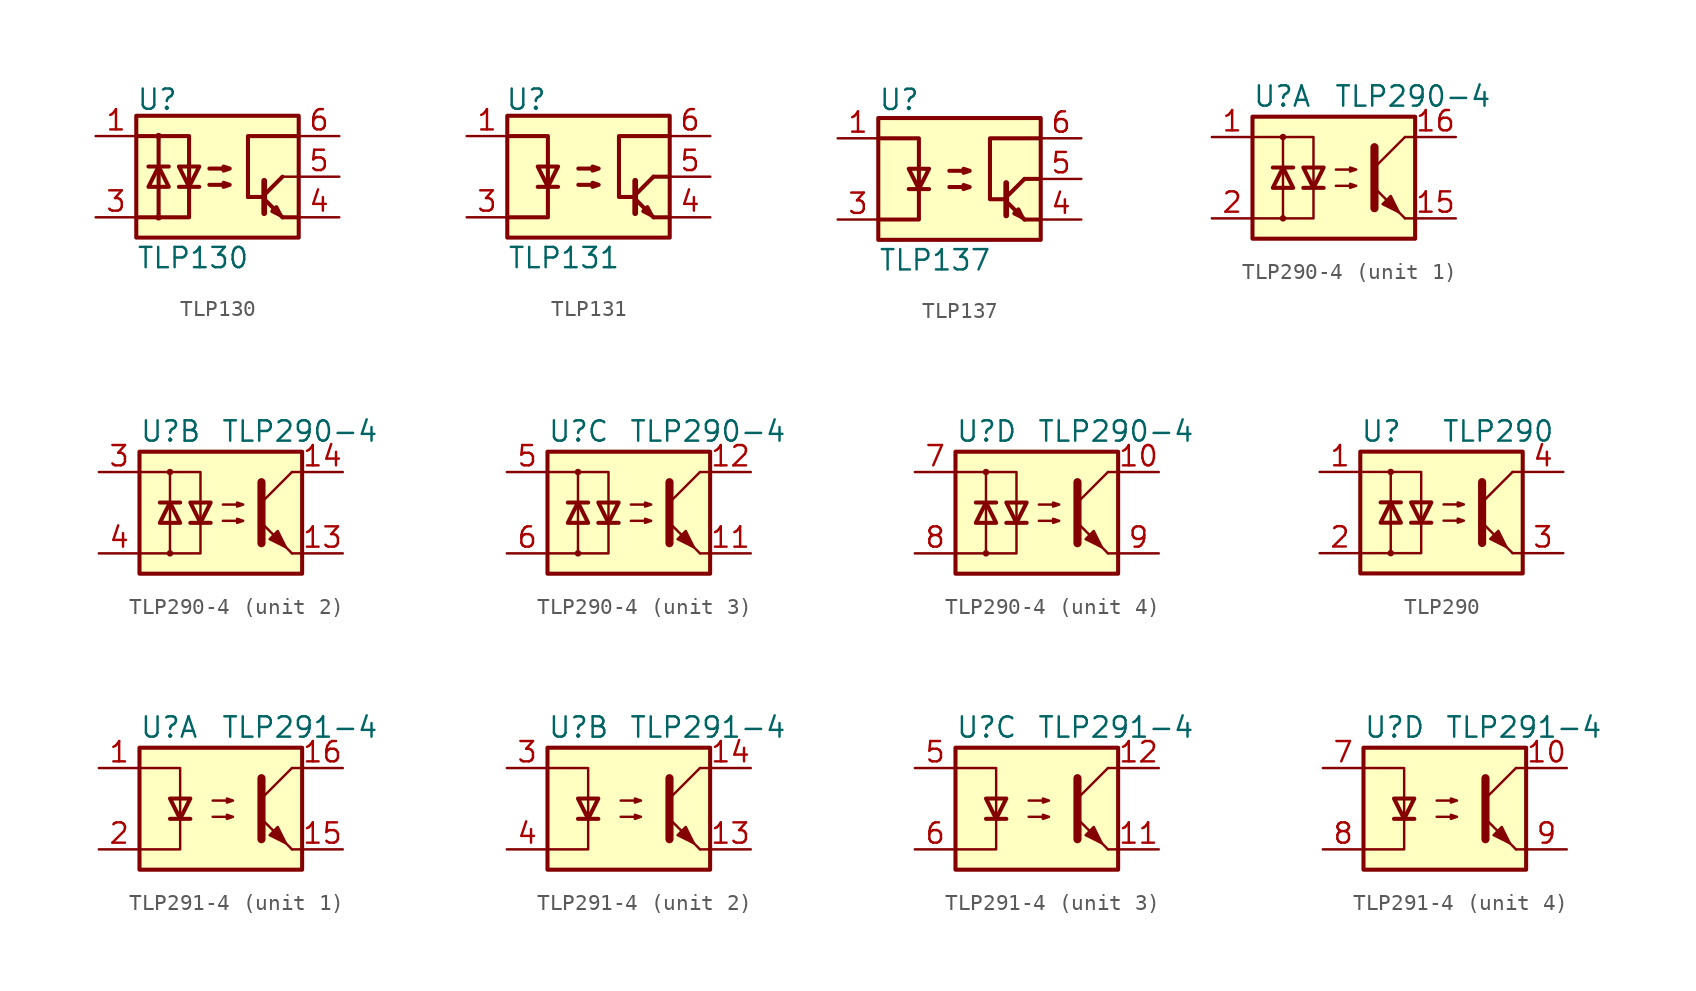
<source format=kicad_sym>
(kicad_symbol_lib
  (version 20201005)
  (generator kicad_symbol_editor)
  (symbol "Isolator_Optocoupler:TLP130"
    (property "Reference" "U"
      (at -5.08 4.826 0)
      (effects (font (size 1.27 1.27)) (justify left)))
    (property "Value" "TLP130"
      (at -5.08 -5.08 0)
      (effects (font (size 1.27 1.27)) (justify left)))
    (symbol "TLP130_0_1"
      (circle (center -3.683 -2.54) (radius 0.127) (stroke (width 0)) (fill (type none)))
      (circle (center -3.683 2.54) (radius 0.127) (stroke (width 0)) (fill (type none)))
      (rectangle (start -5.08 3.81) (end 5.08 -3.81) (stroke (width 0.254)) (fill (type background)))
      (polyline (pts (xy -3.683 2.54) (xy -3.683 -2.54)) (stroke (width 0.254)) (fill (type none)))
      (polyline (pts (xy -3.048 0.635) (xy -4.318 0.635)) (stroke (width 0.254)) (fill (type none)))
      (polyline (pts (xy -2.413 -0.635) (xy -1.143 -0.635)) (stroke (width 0.254)) (fill (type none)))
      (polyline (pts (xy 2.921 -1.397) (xy 4.064 -2.54)) (stroke (width 0.254)) (fill (type none)))
      (polyline (pts (xy 2.921 -1.27) (xy 1.905 -1.27)) (stroke (width 0.254)) (fill (type none)))
      (polyline (pts (xy 2.921 -1.143) (xy 4.064 0)) (stroke (width 0.254)) (fill (type none)))
      (polyline (pts (xy 4.064 -2.54) (xy 5.08 -2.54)) (stroke (width 0.254)) (fill (type none)))
      (polyline (pts (xy 5.08 0) (xy 4.064 0)) (stroke (width 0)) (fill (type none)))
      (polyline (pts (xy 1.905 -1.27) (xy 1.905 2.54) (xy 5.08 2.54)) (stroke (width 0.254)) (fill (type none)))
      (polyline (pts (xy 2.921 -0.254) (xy 2.921 -2.286) (xy 2.921 -2.286)) (stroke (width 0.356)) (fill (type none)))
      (polyline (pts (xy -5.08 -2.54) (xy -1.778 -2.54) (xy -1.778 2.54) (xy -5.08 2.54)) (stroke (width 0.254)) (fill (type none)))
      (polyline (pts (xy -3.683 0.635) (xy -3.048 -0.635) (xy -4.318 -0.635) (xy -3.683 0.635)) (stroke (width 0.254)) (fill (type none)))
      (polyline (pts (xy -1.778 -0.635) (xy -2.413 0.635) (xy -1.143 0.635) (xy -1.778 -0.635)) (stroke (width 0.254)) (fill (type none)))
      (polyline (pts (xy 3.937 -2.413) (xy 3.683 -1.905) (xy 3.429 -2.159) (xy 3.937 -2.413)) (stroke (width 0.254)) (fill (type none)))
      (polyline (pts (xy -0.508 -0.508) (xy 0.762 -0.508) (xy 0.381 -0.635) (xy 0.381 -0.381) (xy 0.762 -0.508)) (stroke (width 0.254)) (fill (type none)))
      (polyline (pts (xy -0.508 0.508) (xy 0.762 0.508) (xy 0.381 0.381) (xy 0.381 0.635) (xy 0.762 0.508)) (stroke (width 0.254)) (fill (type none))))
    (symbol "TLP130_1_1"
      (pin passive line (at -7.62 2.54 0) (length 2.54) (name "~" (effects (font (size 1.27 1.27)))) (number "1" (effects (font (size 1.27 1.27)))))
      (pin passive line (at -7.62 -2.54 0) (length 2.54) (name "~" (effects (font (size 1.27 1.27)))) (number "3" (effects (font (size 1.27 1.27)))))
      (pin passive line (at 7.62 -2.54 180) (length 2.54) (name "~" (effects (font (size 1.27 1.27)))) (number "4" (effects (font (size 1.27 1.27)))))
      (pin open_collector line (at 7.62 0 180) (length 2.54) (name "~" (effects (font (size 1.27 1.27)))) (number "5" (effects (font (size 1.27 1.27)))))
      (pin passive line (at 7.62 2.54 180) (length 2.54) (name "~" (effects (font (size 1.27 1.27)))) (number "6" (effects (font (size 1.27 1.27)))))))
  (symbol "Isolator_Optocoupler:TLP131"
    (property "Reference" "U"
      (at -5.207 4.826 0)
      (effects (font (size 1.27 1.27)) (justify left)))
    (property "Value" "TLP131"
      (at -5.08 -5.08 0)
      (effects (font (size 1.27 1.27)) (justify left)))
    (symbol "TLP131_0_1"
      (rectangle (start -5.08 3.81) (end 5.08 -3.81) (stroke (width 0.254)) (fill (type background)))
      (polyline (pts (xy -3.175 -0.635) (xy -1.905 -0.635)) (stroke (width 0.254)) (fill (type none)))
      (polyline (pts (xy 2.921 -1.397) (xy 4.064 -2.54)) (stroke (width 0.254)) (fill (type none)))
      (polyline (pts (xy 2.921 -1.143) (xy 4.064 0)) (stroke (width 0.254)) (fill (type none)))
      (polyline (pts (xy 4.064 -2.54) (xy 5.08 -2.54)) (stroke (width 0.254)) (fill (type none)))
      (polyline (pts (xy 5.08 0) (xy 4.064 0)) (stroke (width 0.254)) (fill (type none)))
      (polyline (pts (xy 2.921 -0.254) (xy 2.921 -2.286) (xy 2.921 -2.286)) (stroke (width 0.356)) (fill (type none)))
      (polyline (pts (xy -5.08 -2.54) (xy -2.54 -2.54) (xy -2.54 2.54) (xy -5.08 2.54)) (stroke (width 0.254)) (fill (type none)))
      (polyline (pts (xy -2.54 -0.635) (xy -3.175 0.635) (xy -1.905 0.635) (xy -2.54 -0.635)) (stroke (width 0.254)) (fill (type none)))
      (polyline (pts (xy 2.921 -1.27) (xy 1.905 -1.27) (xy 1.905 2.54) (xy 5.08 2.54)) (stroke (width 0.254)) (fill (type none)))
      (polyline (pts (xy 3.937 -2.413) (xy 3.683 -1.905) (xy 3.429 -2.159) (xy 3.937 -2.413)) (stroke (width 0.254)) (fill (type none)))
      (polyline (pts (xy -0.635 -0.508) (xy 0.635 -0.508) (xy 0.254 -0.635) (xy 0.254 -0.381) (xy 0.635 -0.508)) (stroke (width 0.254)) (fill (type none)))
      (polyline (pts (xy -0.635 0.508) (xy 0.635 0.508) (xy 0.254 0.381) (xy 0.254 0.635) (xy 0.635 0.508)) (stroke (width 0.254)) (fill (type none))))
    (symbol "TLP131_1_1"
      (pin passive line (at -7.62 2.54 0) (length 2.54) (name "~" (effects (font (size 1.27 1.27)))) (number "1" (effects (font (size 1.27 1.27)))))
      (pin passive line (at -7.62 -2.54 0) (length 2.54) (name "~" (effects (font (size 1.27 1.27)))) (number "3" (effects (font (size 1.27 1.27)))))
      (pin passive line (at 7.62 -2.54 180) (length 2.54) (name "~" (effects (font (size 1.27 1.27)))) (number "4" (effects (font (size 1.27 1.27)))))
      (pin open_collector line (at 7.62 0 180) (length 2.54) (name "~" (effects (font (size 1.27 1.27)))) (number "5" (effects (font (size 1.27 1.27)))))
      (pin passive line (at 7.62 2.54 180) (length 2.54) (name "~" (effects (font (size 1.27 1.27)))) (number "6" (effects (font (size 1.27 1.27)))))))
  (symbol "Isolator_Optocoupler:TLP137"
    (property "Reference" "U"
      (at -5.08 4.953 0)
      (effects (font (size 1.27 1.27)) (justify left)))
    (property "Value" "TLP137"
      (at -5.08 -5.08 0)
      (effects (font (size 1.27 1.27)) (justify left)))
    (symbol "TLP137_0_1"
      (rectangle (start -5.08 3.81) (end 5.08 -3.81) (stroke (width 0.254)) (fill (type background)))
      (polyline (pts (xy -3.175 -0.635) (xy -1.905 -0.635)) (stroke (width 0.254)) (fill (type none)))
      (polyline (pts (xy 2.921 -1.397) (xy 4.064 -2.54)) (stroke (width 0.254)) (fill (type none)))
      (polyline (pts (xy 2.921 -1.143) (xy 4.064 0)) (stroke (width 0.254)) (fill (type none)))
      (polyline (pts (xy 4.064 -2.54) (xy 5.08 -2.54)) (stroke (width 0.254)) (fill (type none)))
      (polyline (pts (xy 5.08 0) (xy 4.064 0)) (stroke (width 0.254)) (fill (type none)))
      (polyline (pts (xy 2.921 -0.254) (xy 2.921 -2.286) (xy 2.921 -2.286)) (stroke (width 0.356)) (fill (type none)))
      (polyline (pts (xy -5.08 -2.54) (xy -2.54 -2.54) (xy -2.54 2.54) (xy -5.08 2.54)) (stroke (width 0.254)) (fill (type none)))
      (polyline (pts (xy -2.54 -0.635) (xy -3.175 0.635) (xy -1.905 0.635) (xy -2.54 -0.635)) (stroke (width 0.254)) (fill (type none)))
      (polyline (pts (xy 2.921 -1.27) (xy 1.905 -1.27) (xy 1.905 2.54) (xy 5.08 2.54)) (stroke (width 0.254)) (fill (type none)))
      (polyline (pts (xy 3.937 -2.413) (xy 3.683 -1.905) (xy 3.429 -2.159) (xy 3.937 -2.413)) (stroke (width 0.254)) (fill (type none)))
      (polyline (pts (xy -0.635 -0.508) (xy 0.635 -0.508) (xy 0.254 -0.635) (xy 0.254 -0.381) (xy 0.635 -0.508)) (stroke (width 0.254)) (fill (type none)))
      (polyline (pts (xy -0.635 0.508) (xy 0.635 0.508) (xy 0.254 0.381) (xy 0.254 0.635) (xy 0.635 0.508)) (stroke (width 0.254)) (fill (type none))))
    (symbol "TLP137_1_1"
      (pin passive line (at -7.62 2.54 0) (length 2.54) (name "~" (effects (font (size 1.27 1.27)))) (number "1" (effects (font (size 1.27 1.27)))))
      (pin passive line (at -7.62 -2.54 0) (length 2.54) (name "~" (effects (font (size 1.27 1.27)))) (number "3" (effects (font (size 1.27 1.27)))))
      (pin passive line (at 7.62 -2.54 180) (length 2.54) (name "~" (effects (font (size 1.27 1.27)))) (number "4" (effects (font (size 1.27 1.27)))))
      (pin open_collector line (at 7.62 0 180) (length 2.54) (name "~" (effects (font (size 1.27 1.27)))) (number "5" (effects (font (size 1.27 1.27)))))
      (pin passive line (at 7.62 2.54 180) (length 2.54) (name "~" (effects (font (size 1.27 1.27)))) (number "6" (effects (font (size 1.27 1.27)))))))
  (symbol "Isolator_Optocoupler:TLP290-4"
    (property "Reference" "U"
      (at -5.08 5.08 0)
      (effects (font (size 1.27 1.27)) (justify left)))
    (property "Value" "TLP290-4"
      (at 0 5.08 0)
      (effects (font (size 1.27 1.27)) (justify left)))
    (symbol "TLP290-4_0_1"
      (circle (center -3.175 -2.54) (radius 0.127) (stroke (width 0)) (fill (type none)))
      (circle (center -3.175 2.54) (radius 0.127) (stroke (width 0)) (fill (type none)))
      (rectangle (start -5.08 3.81) (end 5.08 -3.81) (stroke (width 0.254)) (fill (type background)))
      (polyline (pts (xy -3.81 0.635) (xy -2.54 0.635)) (stroke (width 0.254)) (fill (type none)))
      (polyline (pts (xy -3.175 -0.635) (xy -3.175 -2.54)) (stroke (width 0)) (fill (type none)))
      (polyline (pts (xy -3.175 -0.635) (xy -3.175 2.54)) (stroke (width 0)) (fill (type none)))
      (polyline (pts (xy -1.905 -0.635) (xy -0.635 -0.635)) (stroke (width 0.254)) (fill (type none)))
      (polyline (pts (xy 2.54 0.635) (xy 4.445 2.54)) (stroke (width 0)) (fill (type none)))
      (polyline (pts (xy 4.445 -2.54) (xy 5.08 -2.54)) (stroke (width 0)) (fill (type none)))
      (polyline (pts (xy 4.445 2.54) (xy 5.08 2.54)) (stroke (width 0)) (fill (type none)))
      (polyline (pts (xy -5.08 2.54) (xy -1.27 2.54) (xy -1.27 -0.635)) (stroke (width 0)) (fill (type none)))
      (polyline (pts (xy -1.27 -0.635) (xy -1.27 -2.54) (xy -5.08 -2.54)) (stroke (width 0)) (fill (type none)))
      (polyline (pts (xy 2.54 1.905) (xy 2.54 -1.905) (xy 2.54 -1.905)) (stroke (width 0.508)) (fill (type none)))
      (polyline (pts (xy -3.175 0.635) (xy -3.81 -0.635) (xy -2.54 -0.635) (xy -3.175 0.635)) (stroke (width 0.254)) (fill (type none)))
      (polyline (pts (xy -1.27 -0.635) (xy -1.905 0.635) (xy -0.635 0.635) (xy -1.27 -0.635)) (stroke (width 0.254)) (fill (type none)))
      (polyline (pts (xy 0.127 -0.508) (xy 1.397 -0.508) (xy 1.016 -0.635) (xy 1.016 -0.381) (xy 1.397 -0.508)) (stroke (width 0)) (fill (type none)))
      (polyline (pts (xy 0.127 0.508) (xy 1.397 0.508) (xy 1.016 0.381) (xy 1.016 0.635) (xy 1.397 0.508)) (stroke (width 0)) (fill (type none)))
      (polyline (pts (xy 4.445 -2.54) (xy 2.54 -0.635)) (stroke (width 0)) (fill (type outline)))
      (polyline (pts (xy 3.048 -1.651) (xy 3.556 -1.143) (xy 4.064 -2.159) (xy 3.048 -1.651) (xy 3.048 -1.651)) (stroke (width 0)) (fill (type outline))))
    (symbol "TLP290-4_1_1"
      (pin passive line (at -7.62 2.54 0) (length 2.54) (name "~" (effects (font (size 1.27 1.27)))) (number "1" (effects (font (size 1.27 1.27)))))
      (pin passive line (at 7.62 -2.54 180) (length 2.54) (name "~" (effects (font (size 1.27 1.27)))) (number "15" (effects (font (size 1.27 1.27)))))
      (pin passive line (at 7.62 2.54 180) (length 2.54) (name "~" (effects (font (size 1.27 1.27)))) (number "16" (effects (font (size 1.27 1.27)))))
      (pin passive line (at -7.62 -2.54 0) (length 2.54) (name "~" (effects (font (size 1.27 1.27)))) (number "2" (effects (font (size 1.27 1.27))))))
    (symbol "TLP290-4_2_1"
      (pin passive line (at 7.62 -2.54 180) (length 2.54) (name "~" (effects (font (size 1.27 1.27)))) (number "13" (effects (font (size 1.27 1.27)))))
      (pin passive line (at 7.62 2.54 180) (length 2.54) (name "~" (effects (font (size 1.27 1.27)))) (number "14" (effects (font (size 1.27 1.27)))))
      (pin passive line (at -7.62 2.54 0) (length 2.54) (name "~" (effects (font (size 1.27 1.27)))) (number "3" (effects (font (size 1.27 1.27)))))
      (pin passive line (at -7.62 -2.54 0) (length 2.54) (name "~" (effects (font (size 1.27 1.27)))) (number "4" (effects (font (size 1.27 1.27))))))
    (symbol "TLP290-4_3_1"
      (pin passive line (at 7.62 -2.54 180) (length 2.54) (name "~" (effects (font (size 1.27 1.27)))) (number "11" (effects (font (size 1.27 1.27)))))
      (pin passive line (at 7.62 2.54 180) (length 2.54) (name "~" (effects (font (size 1.27 1.27)))) (number "12" (effects (font (size 1.27 1.27)))))
      (pin passive line (at -7.62 2.54 0) (length 2.54) (name "~" (effects (font (size 1.27 1.27)))) (number "5" (effects (font (size 1.27 1.27)))))
      (pin passive line (at -7.62 -2.54 0) (length 2.54) (name "~" (effects (font (size 1.27 1.27)))) (number "6" (effects (font (size 1.27 1.27))))))
    (symbol "TLP290-4_4_1"
      (pin passive line (at 7.62 2.54 180) (length 2.54) (name "~" (effects (font (size 1.27 1.27)))) (number "10" (effects (font (size 1.27 1.27)))))
      (pin passive line (at -7.62 2.54 0) (length 2.54) (name "~" (effects (font (size 1.27 1.27)))) (number "7" (effects (font (size 1.27 1.27)))))
      (pin passive line (at -7.62 -2.54 0) (length 2.54) (name "~" (effects (font (size 1.27 1.27)))) (number "8" (effects (font (size 1.27 1.27)))))
      (pin passive line (at 7.62 -2.54 180) (length 2.54) (name "~" (effects (font (size 1.27 1.27)))) (number "9" (effects (font (size 1.27 1.27)))))))
  (symbol "Isolator_Optocoupler:TLP290"
    (property "Reference" "U"
      (at -5.08 5.08 0)
      (effects (font (size 1.27 1.27)) (justify left)))
    (property "Value" "TLP290"
      (at 0 5.08 0)
      (effects (font (size 1.27 1.27)) (justify left)))
    (symbol "TLP290_0_1"
      (circle (center -3.175 -2.54) (radius 0.127) (stroke (width 0)) (fill (type none)))
      (circle (center -3.175 2.54) (radius 0.127) (stroke (width 0)) (fill (type none)))
      (rectangle (start -5.08 3.81) (end 5.08 -3.81) (stroke (width 0.254)) (fill (type background)))
      (polyline (pts (xy -3.81 0.635) (xy -2.54 0.635)) (stroke (width 0.254)) (fill (type none)))
      (polyline (pts (xy -3.175 -0.635) (xy -3.175 -2.54)) (stroke (width 0)) (fill (type none)))
      (polyline (pts (xy -3.175 -0.635) (xy -3.175 2.54)) (stroke (width 0)) (fill (type none)))
      (polyline (pts (xy -1.905 -0.635) (xy -0.635 -0.635)) (stroke (width 0.254)) (fill (type none)))
      (polyline (pts (xy 2.54 0.635) (xy 4.445 2.54)) (stroke (width 0)) (fill (type none)))
      (polyline (pts (xy 4.445 -2.54) (xy 5.08 -2.54)) (stroke (width 0)) (fill (type none)))
      (polyline (pts (xy 4.445 2.54) (xy 5.08 2.54)) (stroke (width 0)) (fill (type none)))
      (polyline (pts (xy -5.08 2.54) (xy -1.27 2.54) (xy -1.27 -0.635)) (stroke (width 0)) (fill (type none)))
      (polyline (pts (xy -1.27 -0.635) (xy -1.27 -2.54) (xy -5.08 -2.54)) (stroke (width 0)) (fill (type none)))
      (polyline (pts (xy 2.54 1.905) (xy 2.54 -1.905) (xy 2.54 -1.905)) (stroke (width 0.508)) (fill (type none)))
      (polyline (pts (xy -3.175 0.635) (xy -3.81 -0.635) (xy -2.54 -0.635) (xy -3.175 0.635)) (stroke (width 0.254)) (fill (type none)))
      (polyline (pts (xy -1.27 -0.635) (xy -1.905 0.635) (xy -0.635 0.635) (xy -1.27 -0.635)) (stroke (width 0.254)) (fill (type none)))
      (polyline (pts (xy 0.127 -0.508) (xy 1.397 -0.508) (xy 1.016 -0.635) (xy 1.016 -0.381) (xy 1.397 -0.508)) (stroke (width 0)) (fill (type none)))
      (polyline (pts (xy 0.127 0.508) (xy 1.397 0.508) (xy 1.016 0.381) (xy 1.016 0.635) (xy 1.397 0.508)) (stroke (width 0)) (fill (type none)))
      (polyline (pts (xy 4.445 -2.54) (xy 2.54 -0.635)) (stroke (width 0)) (fill (type outline)))
      (polyline (pts (xy 3.048 -1.651) (xy 3.556 -1.143) (xy 4.064 -2.159) (xy 3.048 -1.651) (xy 3.048 -1.651)) (stroke (width 0)) (fill (type outline))))
    (symbol "TLP290_1_1"
      (pin passive line (at -7.62 2.54 0) (length 2.54) (name "~" (effects (font (size 1.27 1.27)))) (number "1" (effects (font (size 1.27 1.27)))))
      (pin passive line (at -7.62 -2.54 0) (length 2.54) (name "~" (effects (font (size 1.27 1.27)))) (number "2" (effects (font (size 1.27 1.27)))))
      (pin passive line (at 7.62 -2.54 180) (length 2.54) (name "~" (effects (font (size 1.27 1.27)))) (number "3" (effects (font (size 1.27 1.27)))))
      (pin passive line (at 7.62 2.54 180) (length 2.54) (name "~" (effects (font (size 1.27 1.27)))) (number "4" (effects (font (size 1.27 1.27)))))))
  (symbol "Isolator_Optocoupler:TLP291-4"
    (property "Reference" "U"
      (at -5.08 5.08 0)
      (effects (font (size 1.27 1.27)) (justify left)))
    (property "Value" "TLP291-4"
      (at 0 5.08 0)
      (effects (font (size 1.27 1.27)) (justify left)))
    (symbol "TLP291-4_0_1"
      (rectangle (start -5.08 3.81) (end 5.08 -3.81) (stroke (width 0.254)) (fill (type background)))
      (polyline (pts (xy -3.175 -0.635) (xy -1.905 -0.635)) (stroke (width 0.254)) (fill (type none)))
      (polyline (pts (xy 2.54 0.635) (xy 4.445 2.54)) (stroke (width 0)) (fill (type none)))
      (polyline (pts (xy 4.445 -2.54) (xy 5.08 -2.54)) (stroke (width 0)) (fill (type none)))
      (polyline (pts (xy 4.445 2.54) (xy 5.08 2.54)) (stroke (width 0)) (fill (type none)))
      (polyline (pts (xy -5.08 2.54) (xy -2.54 2.54) (xy -2.54 0.635)) (stroke (width 0)) (fill (type none)))
      (polyline (pts (xy -2.54 0.635) (xy -2.54 -2.54) (xy -5.08 -2.54)) (stroke (width 0)) (fill (type none)))
      (polyline (pts (xy 2.54 1.905) (xy 2.54 -1.905) (xy 2.54 -1.905)) (stroke (width 0.508)) (fill (type none)))
      (polyline (pts (xy -2.54 -0.635) (xy -3.175 0.635) (xy -1.905 0.635) (xy -2.54 -0.635)) (stroke (width 0.254)) (fill (type none)))
      (polyline (pts (xy -0.508 -0.508) (xy 0.762 -0.508) (xy 0.381 -0.635) (xy 0.381 -0.381) (xy 0.762 -0.508)) (stroke (width 0)) (fill (type none)))
      (polyline (pts (xy -0.508 0.508) (xy 0.762 0.508) (xy 0.381 0.381) (xy 0.381 0.635) (xy 0.762 0.508)) (stroke (width 0)) (fill (type none)))
      (polyline (pts (xy 4.445 -2.54) (xy 2.54 -0.635)) (stroke (width 0)) (fill (type outline)))
      (polyline (pts (xy 3.048 -1.651) (xy 3.556 -1.143) (xy 4.064 -2.159) (xy 3.048 -1.651) (xy 3.048 -1.651)) (stroke (width 0)) (fill (type outline))))
    (symbol "TLP291-4_1_1"
      (pin passive line (at -7.62 2.54 0) (length 2.54) (name "~" (effects (font (size 1.27 1.27)))) (number "1" (effects (font (size 1.27 1.27)))))
      (pin passive line (at 7.62 -2.54 180) (length 2.54) (name "~" (effects (font (size 1.27 1.27)))) (number "15" (effects (font (size 1.27 1.27)))))
      (pin passive line (at 7.62 2.54 180) (length 2.54) (name "~" (effects (font (size 1.27 1.27)))) (number "16" (effects (font (size 1.27 1.27)))))
      (pin passive line (at -7.62 -2.54 0) (length 2.54) (name "~" (effects (font (size 1.27 1.27)))) (number "2" (effects (font (size 1.27 1.27))))))
    (symbol "TLP291-4_2_1"
      (pin passive line (at 7.62 -2.54 180) (length 2.54) (name "~" (effects (font (size 1.27 1.27)))) (number "13" (effects (font (size 1.27 1.27)))))
      (pin passive line (at 7.62 2.54 180) (length 2.54) (name "~" (effects (font (size 1.27 1.27)))) (number "14" (effects (font (size 1.27 1.27)))))
      (pin passive line (at -7.62 2.54 0) (length 2.54) (name "~" (effects (font (size 1.27 1.27)))) (number "3" (effects (font (size 1.27 1.27)))))
      (pin passive line (at -7.62 -2.54 0) (length 2.54) (name "~" (effects (font (size 1.27 1.27)))) (number "4" (effects (font (size 1.27 1.27))))))
    (symbol "TLP291-4_3_1"
      (pin passive line (at 7.62 -2.54 180) (length 2.54) (name "~" (effects (font (size 1.27 1.27)))) (number "11" (effects (font (size 1.27 1.27)))))
      (pin passive line (at 7.62 2.54 180) (length 2.54) (name "~" (effects (font (size 1.27 1.27)))) (number "12" (effects (font (size 1.27 1.27)))))
      (pin passive line (at -7.62 2.54 0) (length 2.54) (name "~" (effects (font (size 1.27 1.27)))) (number "5" (effects (font (size 1.27 1.27)))))
      (pin passive line (at -7.62 -2.54 0) (length 2.54) (name "~" (effects (font (size 1.27 1.27)))) (number "6" (effects (font (size 1.27 1.27))))))
    (symbol "TLP291-4_4_1"
      (pin passive line (at 7.62 2.54 180) (length 2.54) (name "~" (effects (font (size 1.27 1.27)))) (number "10" (effects (font (size 1.27 1.27)))))
      (pin passive line (at -7.62 2.54 0) (length 2.54) (name "~" (effects (font (size 1.27 1.27)))) (number "7" (effects (font (size 1.27 1.27)))))
      (pin passive line (at -7.62 -2.54 0) (length 2.54) (name "~" (effects (font (size 1.27 1.27)))) (number "8" (effects (font (size 1.27 1.27)))))
      (pin passive line (at 7.62 -2.54 180) (length 2.54) (name "~" (effects (font (size 1.27 1.27)))) (number "9" (effects (font (size 1.27 1.27))))))))
</source>
